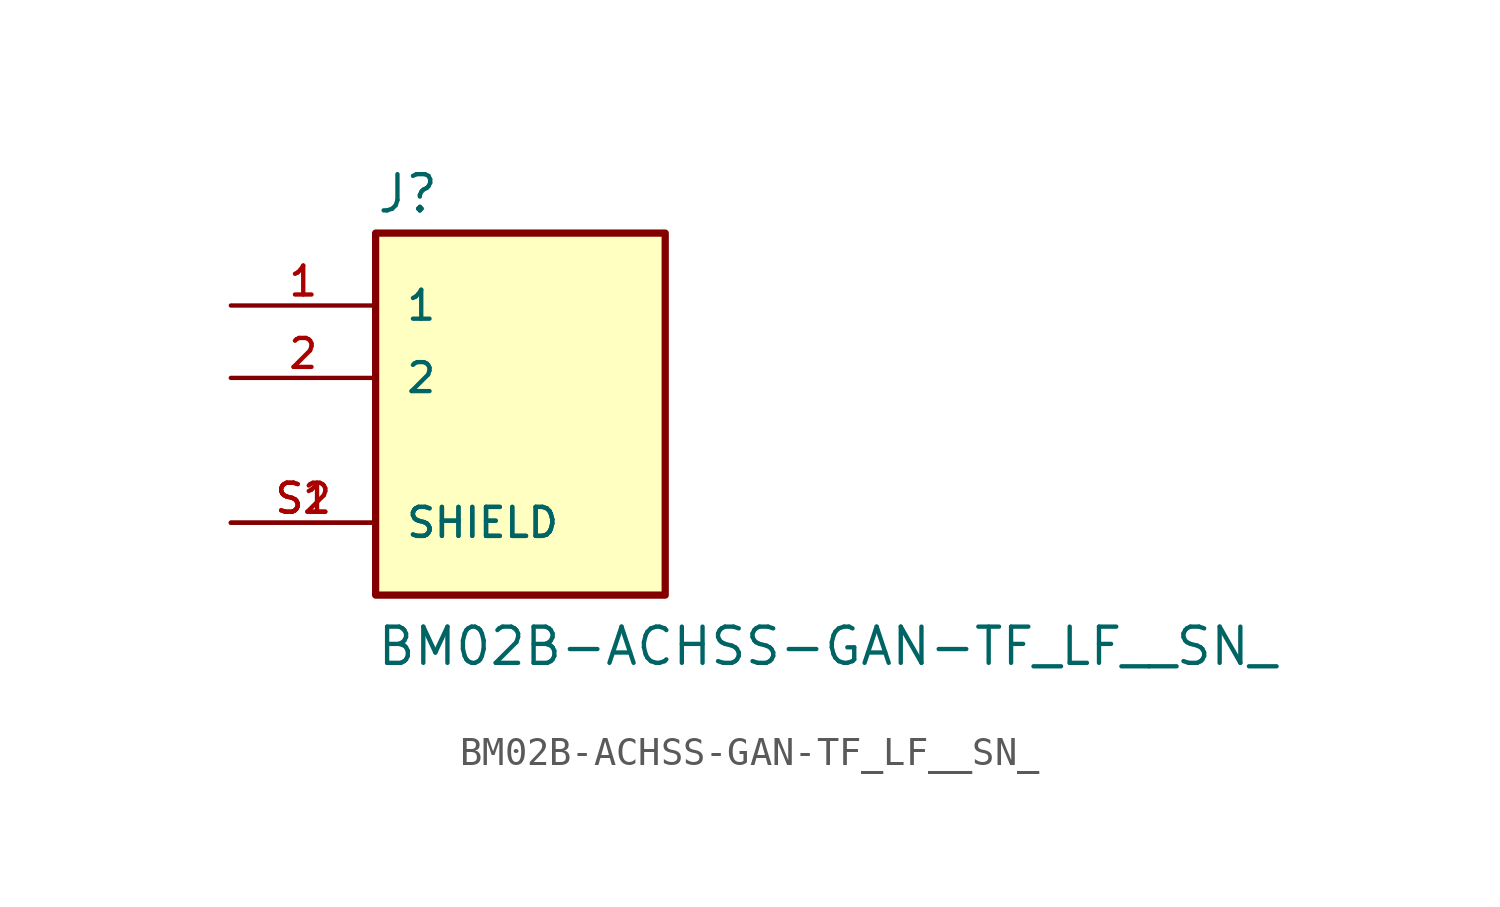
<source format=kicad_sym>
(kicad_symbol_lib
  (version 20211014)
  (generator kicad_symbol_editor)
  (symbol "BM02B-ACHSS-GAN-TF_LF__SN_"
    (pin_names
      (offset 1.016))
    (property "Reference" "J"
      (at -5.08 8.255 0)
      (effects (font (size 1.27 1.27)) (justify bottom left)))
    (property "Value" "BM02B-ACHSS-GAN-TF_LF__SN_"
      (at -5.08 -7.62 0)
      (effects (font (size 1.27 1.27)) (justify bottom left)))
    (symbol "BM02B-ACHSS-GAN-TF_LF__SN__0_0"
      (rectangle (start -5.08 -5.08) (end 5.08 7.62) (stroke (width 0.254)) (fill (type background)))
      (pin passive line (at -10.16 5.08 0) (length 5.08) (name "1" (effects (font (size 1.016 1.016)))) (number "1" (effects (font (size 1.016 1.016)))))
      (pin passive line (at -10.16 2.54 0) (length 5.08) (name "2" (effects (font (size 1.016 1.016)))) (number "2" (effects (font (size 1.016 1.016)))))
      (pin passive line (at -10.16 -2.54 0) (length 5.08) (name "SHIELD" (effects (font (size 1.016 1.016)))) (number "S1" (effects (font (size 1.016 1.016)))))
      (pin passive line (at -10.16 -2.54 0) (length 5.08) (name "SHIELD" (effects (font (size 1.016 1.016)))) (number "S2" (effects (font (size 1.016 1.016))))))))
</source>
